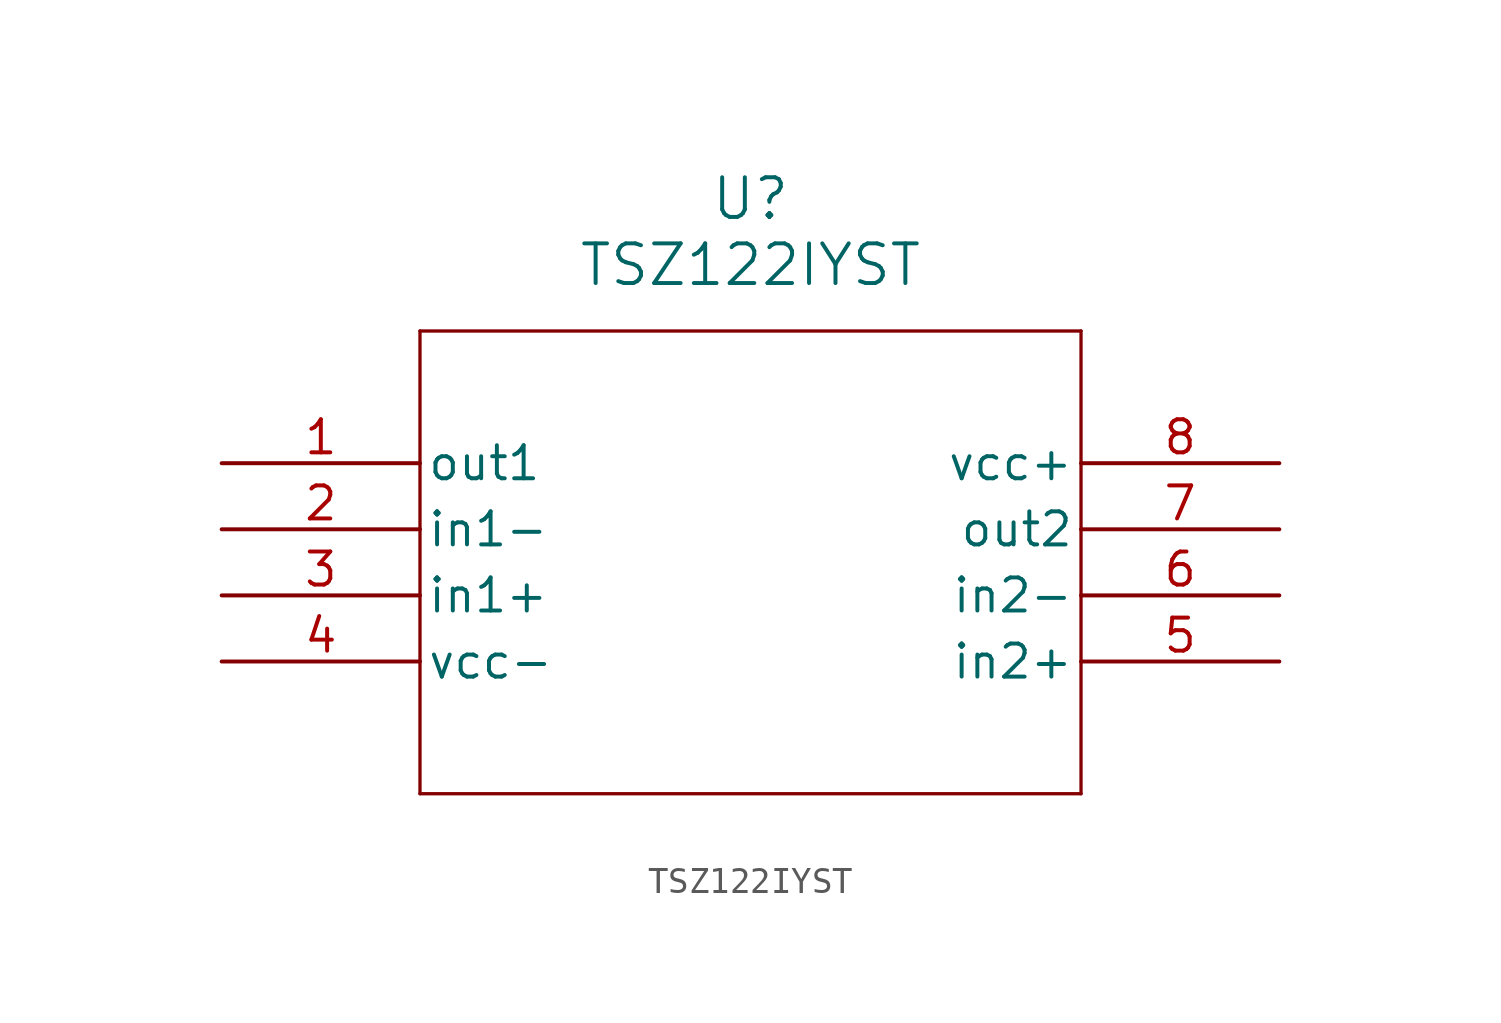
<source format=kicad_sym>
(kicad_symbol_lib
  (version 20220914)
  (generator kicad_symbol_editor)
  (symbol "TSZ122IYST"
    (pin_names
      (offset 0.254))
    (property "Reference" "U"
      (at 20.32 10.16 0)
      (effects (font (size 1.524 1.524))))
    (property "Value" "TSZ122IYST"
      (at 20.32 7.62 0)
      (effects (font (size 1.524 1.524))))
    (symbol "TSZ122IYST_0_1"
      (polyline (pts (xy 7.62 -12.7) (xy 33.02 -12.7)) (stroke (width 0.127) (type default)) (fill (type none)))
      (polyline (pts (xy 7.62 5.08) (xy 7.62 -12.7)) (stroke (width 0.127) (type default)) (fill (type none)))
      (polyline (pts (xy 33.02 -12.7) (xy 33.02 5.08)) (stroke (width 0.127) (type default)) (fill (type none)))
      (polyline (pts (xy 33.02 5.08) (xy 7.62 5.08)) (stroke (width 0.127) (type default)) (fill (type none)))
      (pin output line (at 0 0 0) (length 7.62) (name "out1" (effects (font (size 1.27 1.27)))) (number "1" (effects (font (size 1.27 1.27)))))
      (pin input line (at 0 -2.54 0) (length 7.62) (name "in1-" (effects (font (size 1.27 1.27)))) (number "2" (effects (font (size 1.27 1.27)))))
      (pin input line (at 0 -5.08 0) (length 7.62) (name "in1+" (effects (font (size 1.27 1.27)))) (number "3" (effects (font (size 1.27 1.27)))))
      (pin power_in line (at 0 -7.62 0) (length 7.62) (name "vcc-" (effects (font (size 1.27 1.27)))) (number "4" (effects (font (size 1.27 1.27)))))
      (pin input line (at 40.64 -7.62 180) (length 7.62) (name "in2+" (effects (font (size 1.27 1.27)))) (number "5" (effects (font (size 1.27 1.27)))))
      (pin input line (at 40.64 -5.08 180) (length 7.62) (name "in2-" (effects (font (size 1.27 1.27)))) (number "6" (effects (font (size 1.27 1.27)))))
      (pin output line (at 40.64 -2.54 180) (length 7.62) (name "out2" (effects (font (size 1.27 1.27)))) (number "7" (effects (font (size 1.27 1.27)))))
      (pin power_in line (at 40.64 0 180) (length 7.62) (name "vcc+" (effects (font (size 1.27 1.27)))) (number "8" (effects (font (size 1.27 1.27))))))))
</source>
